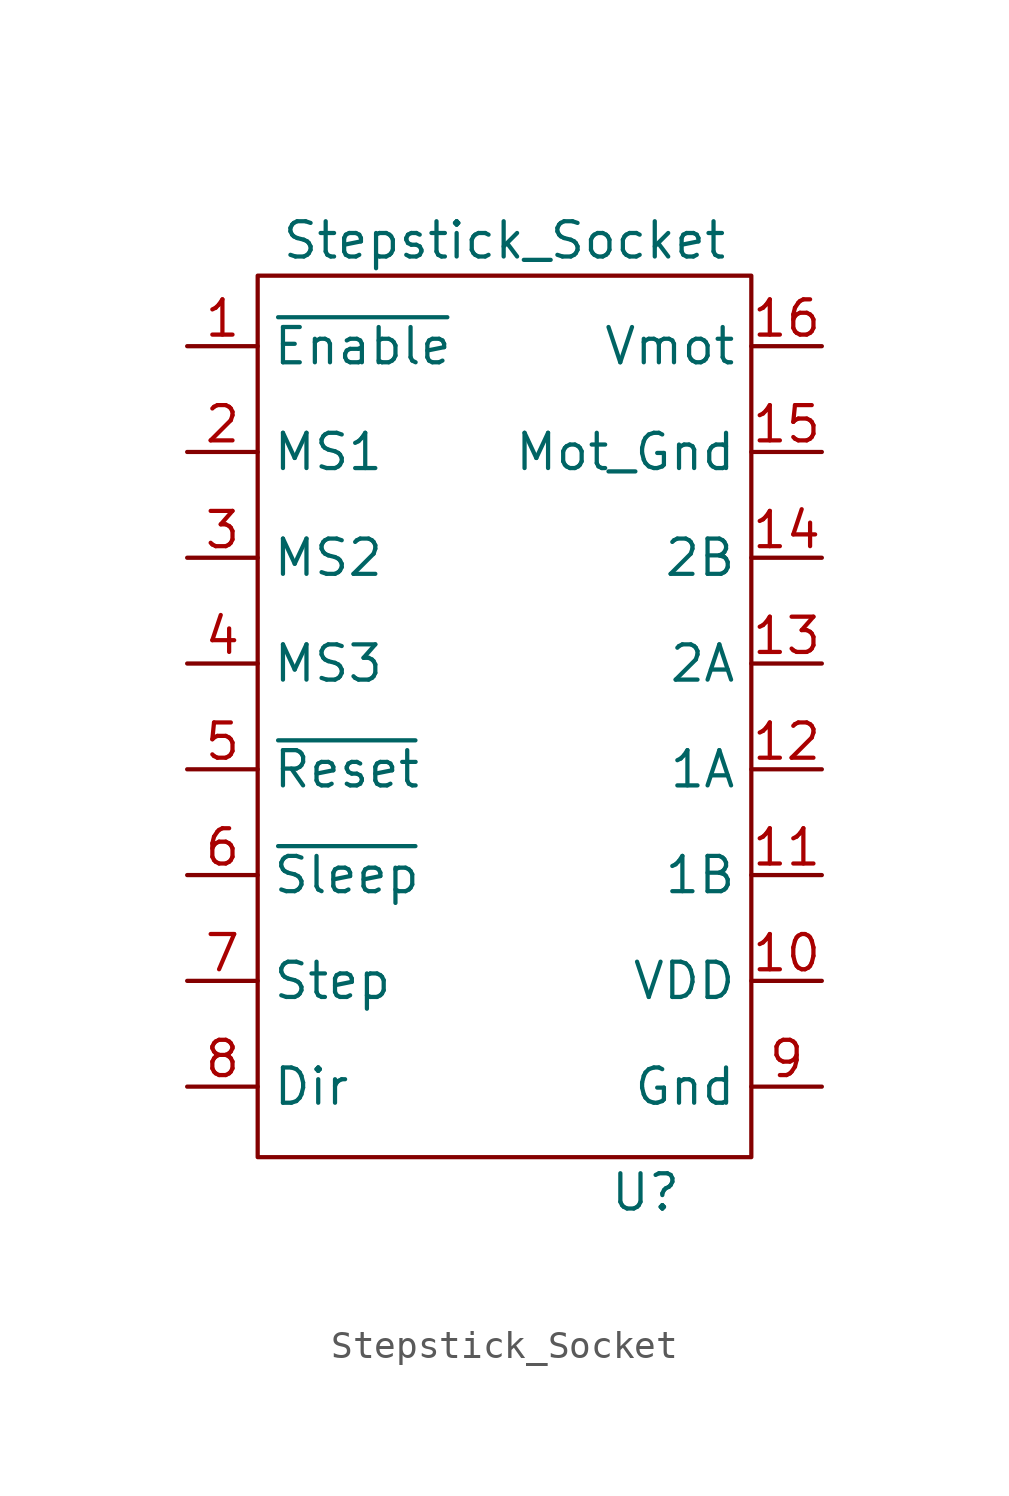
<source format=kicad_sym>
(kicad_symbol_lib
  (version 20211014)
  (generator kicad_symbol_editor)
  (symbol "Stepstick_Socket"
    (property "Reference" "U"
      (at 5.08 -17.78 0)
      (effects (font (size 1.27 1.27))))
    (property "Value" "Stepstick_Socket"
      (at 0 16.51 0)
      (effects (font (size 1.27 1.27))))
    (symbol "Stepstick_Socket_0_1"
      (rectangle (start -8.89 15.24) (end 8.89 -16.51) (stroke (width 0) (type default) (color 0 0 0 0)) (fill (type none))))
    (symbol "Stepstick_Socket_1_1"
      (pin input line (at -11.43 12.7 0) (length 2.54) (name "~{Enable}" (effects (font (size 1.27 1.27)))) (number "1" (effects (font (size 1.27 1.27)))))
      (pin input line (at 11.43 -10.16 180) (length 2.54) (name "VDD" (effects (font (size 1.27 1.27)))) (number "10" (effects (font (size 1.27 1.27)))))
      (pin input line (at 11.43 -6.35 180) (length 2.54) (name "1B" (effects (font (size 1.27 1.27)))) (number "11" (effects (font (size 1.27 1.27)))))
      (pin input line (at 11.43 -2.54 180) (length 2.54) (name "1A" (effects (font (size 1.27 1.27)))) (number "12" (effects (font (size 1.27 1.27)))))
      (pin input line (at 11.43 1.27 180) (length 2.54) (name "2A" (effects (font (size 1.27 1.27)))) (number "13" (effects (font (size 1.27 1.27)))))
      (pin input line (at 11.43 5.08 180) (length 2.54) (name "2B" (effects (font (size 1.27 1.27)))) (number "14" (effects (font (size 1.27 1.27)))))
      (pin input line (at 11.43 8.89 180) (length 2.54) (name "Mot_Gnd" (effects (font (size 1.27 1.27)))) (number "15" (effects (font (size 1.27 1.27)))))
      (pin input line (at 11.43 12.7 180) (length 2.54) (name "Vmot" (effects (font (size 1.27 1.27)))) (number "16" (effects (font (size 1.27 1.27)))))
      (pin input line (at -11.43 8.89 0) (length 2.54) (name "MS1" (effects (font (size 1.27 1.27)))) (number "2" (effects (font (size 1.27 1.27)))))
      (pin input line (at -11.43 5.08 0) (length 2.54) (name "MS2" (effects (font (size 1.27 1.27)))) (number "3" (effects (font (size 1.27 1.27)))))
      (pin input line (at -11.43 1.27 0) (length 2.54) (name "MS3" (effects (font (size 1.27 1.27)))) (number "4" (effects (font (size 1.27 1.27)))))
      (pin input line (at -11.43 -2.54 0) (length 2.54) (name "~{Reset}" (effects (font (size 1.27 1.27)))) (number "5" (effects (font (size 1.27 1.27)))))
      (pin input line (at -11.43 -6.35 0) (length 2.54) (name "~{Sleep}" (effects (font (size 1.27 1.27)))) (number "6" (effects (font (size 1.27 1.27)))))
      (pin input line (at -11.43 -10.16 0) (length 2.54) (name "Step" (effects (font (size 1.27 1.27)))) (number "7" (effects (font (size 1.27 1.27)))))
      (pin input line (at -11.43 -13.97 0) (length 2.54) (name "Dir" (effects (font (size 1.27 1.27)))) (number "8" (effects (font (size 1.27 1.27)))))
      (pin input line (at 11.43 -13.97 180) (length 2.54) (name "Gnd" (effects (font (size 1.27 1.27)))) (number "9" (effects (font (size 1.27 1.27))))))))
</source>
